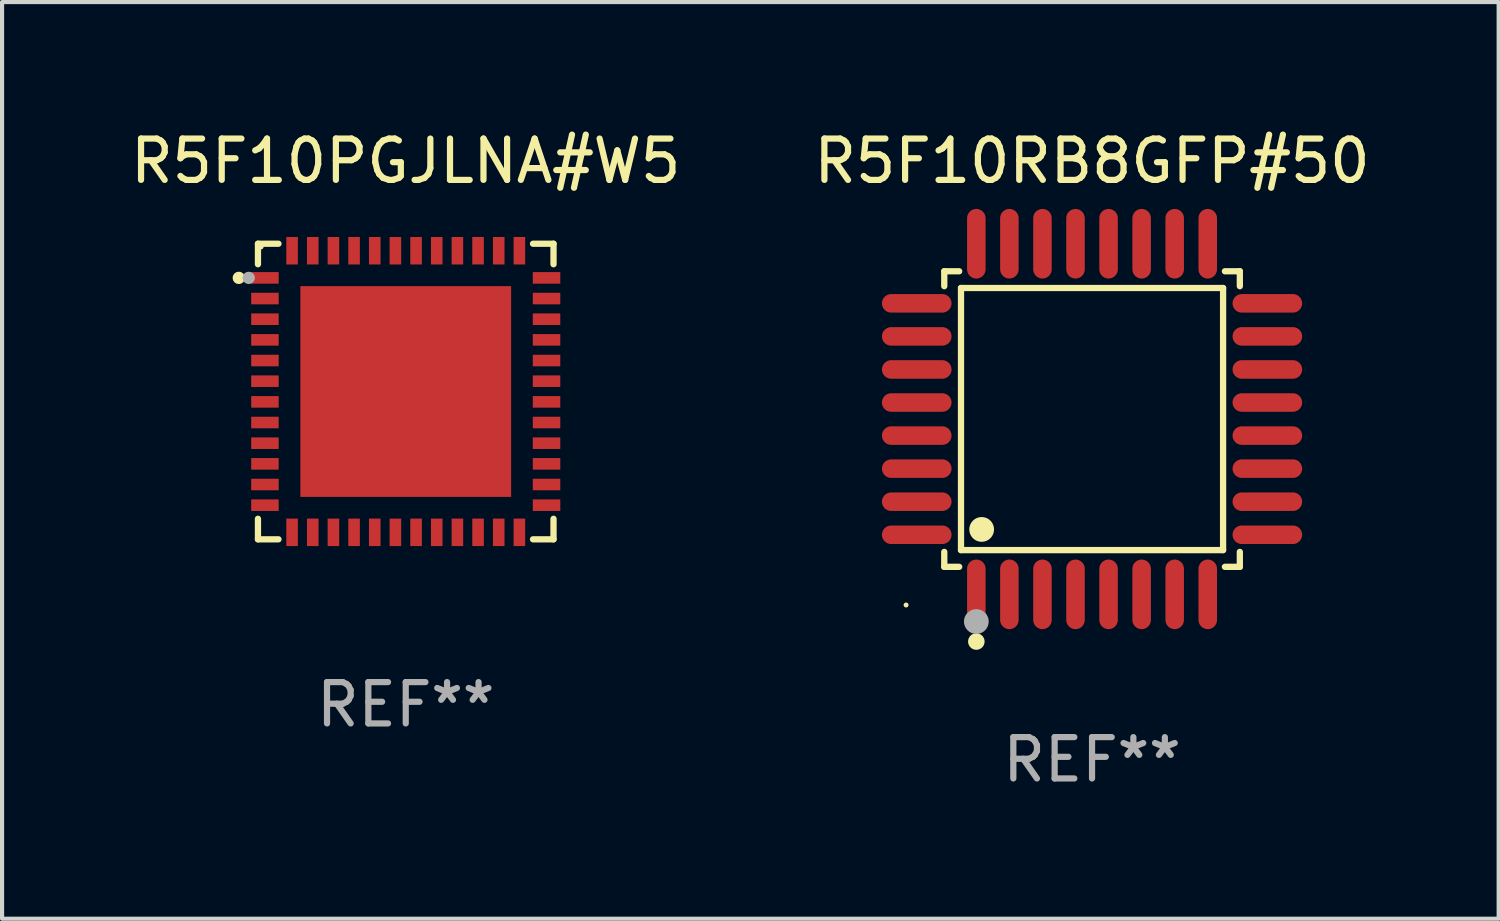
<source format=kicad_pcb>
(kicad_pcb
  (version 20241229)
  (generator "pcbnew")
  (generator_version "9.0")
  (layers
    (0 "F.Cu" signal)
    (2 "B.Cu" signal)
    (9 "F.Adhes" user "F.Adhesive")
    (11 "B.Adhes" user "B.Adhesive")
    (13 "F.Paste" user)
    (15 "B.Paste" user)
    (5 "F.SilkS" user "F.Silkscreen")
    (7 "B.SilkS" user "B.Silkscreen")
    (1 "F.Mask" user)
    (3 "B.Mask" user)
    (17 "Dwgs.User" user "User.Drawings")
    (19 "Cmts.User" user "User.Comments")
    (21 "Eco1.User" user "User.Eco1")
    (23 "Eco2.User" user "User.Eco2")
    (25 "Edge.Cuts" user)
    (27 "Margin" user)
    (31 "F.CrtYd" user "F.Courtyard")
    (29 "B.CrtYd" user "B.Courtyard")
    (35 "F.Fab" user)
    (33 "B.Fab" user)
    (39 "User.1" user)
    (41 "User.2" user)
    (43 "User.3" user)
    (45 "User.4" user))
  (footprint "R5F10PGJLNA#W5"
    (layer "F.Cu")
    (at 6.768 6.424)
    (property "Reference" "R5F10PGJLNA#W5" (at 0 -5.576 0) (layer "F.SilkS") (effects (font (size 1 1) (thickness 0.15))))
    (attr through_hole)
    (fp_line (start -3.576 -3.576) (end -3.576 -3.08) (stroke (width 0.152) (type solid)) (layer "F.SilkS"))
    (fp_line (start -3.576 3.576) (end -3.576 3.08) (stroke (width 0.152) (type solid)) (layer "F.SilkS"))
    (fp_line (start -3.08 -3.576) (end -3.576 -3.576) (stroke (width 0.152) (type solid)) (layer "F.SilkS"))
    (fp_line (start -3.08 3.576) (end -3.576 3.576) (stroke (width 0.152) (type solid)) (layer "F.SilkS"))
    (fp_line (start 3.08 -3.576) (end 3.576 -3.576) (stroke (width 0.152) (type solid)) (layer "F.SilkS"))
    (fp_line (start 3.08 3.576) (end 3.576 3.576) (stroke (width 0.152) (type solid)) (layer "F.SilkS"))
    (fp_line (start 3.576 -3.576) (end 3.576 -3.08) (stroke (width 0.152) (type solid)) (layer "F.SilkS"))
    (fp_line (start 3.576 3.576) (end 3.576 3.08) (stroke (width 0.152) (type solid)) (layer "F.SilkS"))
    (fp_circle (center -4.04 -2.75) (end -3.965 -2.75) (stroke (width 0.15) (type solid)) (fill no) (layer "F.SilkS"))
    (fp_circle (center -3.5 -3.5) (end -3.47 -3.5) (stroke (width 0.06) (type solid)) (fill no) (layer "F.SilkS"))
    (fp_circle (center -3.8 -2.75) (end -3.725 -2.75) (stroke (width 0.15) (type solid)) (fill no) (layer "F.Fab"))
    (fp_text user "REF**" (at 0 7.576 0) (layer "F.Fab") (effects (font (size 1 1) (thickness 0.15))))
    (pad "1" smd rect (at -3.407 -2.75) (size 0.665 0.28) (layers "F.Cu" "F.Mask" "F.Paste"))
    (pad "2" smd rect (at -3.407 -2.25) (size 0.665 0.28) (layers "F.Cu" "F.Mask" "F.Paste"))
    (pad "3" smd rect (at -3.407 -1.75) (size 0.665 0.28) (layers "F.Cu" "F.Mask" "F.Paste"))
    (pad "4" smd rect (at -3.407 -1.25) (size 0.665 0.28) (layers "F.Cu" "F.Mask" "F.Paste"))
    (pad "5" smd rect (at -3.407 -0.75) (size 0.665 0.28) (layers "F.Cu" "F.Mask" "F.Paste"))
    (pad "6" smd rect (at -3.407 -0.25) (size 0.665 0.28) (layers "F.Cu" "F.Mask" "F.Paste"))
    (pad "7" smd rect (at -3.407 0.25) (size 0.665 0.28) (layers "F.Cu" "F.Mask" "F.Paste"))
    (pad "8" smd rect (at -3.407 0.75) (size 0.665 0.28) (layers "F.Cu" "F.Mask" "F.Paste"))
    (pad "9" smd rect (at -3.407 1.25) (size 0.665 0.28) (layers "F.Cu" "F.Mask" "F.Paste"))
    (pad "10" smd rect (at -3.407 1.75) (size 0.665 0.28) (layers "F.Cu" "F.Mask" "F.Paste"))
    (pad "11" smd rect (at -3.407 2.25) (size 0.665 0.28) (layers "F.Cu" "F.Mask" "F.Paste"))
    (pad "12" smd rect (at -3.407 2.75) (size 0.665 0.28) (layers "F.Cu" "F.Mask" "F.Paste"))
    (pad "13" smd rect (at -2.75 3.407) (size 0.28 0.665) (layers "F.Cu" "F.Mask" "F.Paste"))
    (pad "14" smd rect (at -2.25 3.407) (size 0.28 0.665) (layers "F.Cu" "F.Mask" "F.Paste"))
    (pad "15" smd rect (at -1.75 3.407) (size 0.28 0.665) (layers "F.Cu" "F.Mask" "F.Paste"))
    (pad "16" smd rect (at -1.25 3.407) (size 0.28 0.665) (layers "F.Cu" "F.Mask" "F.Paste"))
    (pad "17" smd rect (at -0.75 3.407) (size 0.28 0.665) (layers "F.Cu" "F.Mask" "F.Paste"))
    (pad "18" smd rect (at -0.25 3.407) (size 0.28 0.665) (layers "F.Cu" "F.Mask" "F.Paste"))
    (pad "19" smd rect (at 0.25 3.407) (size 0.28 0.665) (layers "F.Cu" "F.Mask" "F.Paste"))
    (pad "20" smd rect (at 0.75 3.407) (size 0.28 0.665) (layers "F.Cu" "F.Mask" "F.Paste"))
    (pad "21" smd rect (at 1.25 3.407) (size 0.28 0.665) (layers "F.Cu" "F.Mask" "F.Paste"))
    (pad "22" smd rect (at 1.75 3.407) (size 0.28 0.665) (layers "F.Cu" "F.Mask" "F.Paste"))
    (pad "23" smd rect (at 2.25 3.407) (size 0.28 0.665) (layers "F.Cu" "F.Mask" "F.Paste"))
    (pad "24" smd rect (at 2.75 3.407) (size 0.28 0.665) (layers "F.Cu" "F.Mask" "F.Paste"))
    (pad "25" smd rect (at 3.407 2.75) (size 0.665 0.28) (layers "F.Cu" "F.Mask" "F.Paste"))
    (pad "26" smd rect (at 3.407 2.25) (size 0.665 0.28) (layers "F.Cu" "F.Mask" "F.Paste"))
    (pad "27" smd rect (at 3.407 1.75) (size 0.665 0.28) (layers "F.Cu" "F.Mask" "F.Paste"))
    (pad "28" smd rect (at 3.407 1.25) (size 0.665 0.28) (layers "F.Cu" "F.Mask" "F.Paste"))
    (pad "29" smd rect (at 3.407 0.75) (size 0.665 0.28) (layers "F.Cu" "F.Mask" "F.Paste"))
    (pad "30" smd rect (at 3.407 0.25) (size 0.665 0.28) (layers "F.Cu" "F.Mask" "F.Paste"))
    (pad "31" smd rect (at 3.407 -0.25) (size 0.665 0.28) (layers "F.Cu" "F.Mask" "F.Paste"))
    (pad "32" smd rect (at 3.407 -0.75) (size 0.665 0.28) (layers "F.Cu" "F.Mask" "F.Paste"))
    (pad "33" smd rect (at 3.407 -1.25) (size 0.665 0.28) (layers "F.Cu" "F.Mask" "F.Paste"))
    (pad "34" smd rect (at 3.407 -1.75) (size 0.665 0.28) (layers "F.Cu" "F.Mask" "F.Paste"))
    (pad "35" smd rect (at 3.407 -2.25) (size 0.665 0.28) (layers "F.Cu" "F.Mask" "F.Paste"))
    (pad "36" smd rect (at 3.407 -2.75) (size 0.665 0.28) (layers "F.Cu" "F.Mask" "F.Paste"))
    (pad "37" smd rect (at 2.75 -3.407) (size 0.28 0.665) (layers "F.Cu" "F.Mask" "F.Paste"))
    (pad "38" smd rect (at 2.25 -3.407) (size 0.28 0.665) (layers "F.Cu" "F.Mask" "F.Paste"))
    (pad "39" smd rect (at 1.75 -3.407) (size 0.28 0.665) (layers "F.Cu" "F.Mask" "F.Paste"))
    (pad "40" smd rect (at 1.25 -3.407) (size 0.28 0.665) (layers "F.Cu" "F.Mask" "F.Paste"))
    (pad "41" smd rect (at 0.75 -3.407) (size 0.28 0.665) (layers "F.Cu" "F.Mask" "F.Paste"))
    (pad "42" smd rect (at 0.25 -3.407) (size 0.28 0.665) (layers "F.Cu" "F.Mask" "F.Paste"))
    (pad "43" smd rect (at -0.25 -3.407) (size 0.28 0.665) (layers "F.Cu" "F.Mask" "F.Paste"))
    (pad "44" smd rect (at -0.75 -3.407) (size 0.28 0.665) (layers "F.Cu" "F.Mask" "F.Paste"))
    (pad "45" smd rect (at -1.25 -3.407) (size 0.28 0.665) (layers "F.Cu" "F.Mask" "F.Paste"))
    (pad "46" smd rect (at -1.75 -3.407) (size 0.28 0.665) (layers "F.Cu" "F.Mask" "F.Paste"))
    (pad "47" smd rect (at -2.25 -3.407) (size 0.28 0.665) (layers "F.Cu" "F.Mask" "F.Paste"))
    (pad "48" smd rect (at -2.75 -3.407) (size 0.28 0.665) (layers "F.Cu" "F.Mask" "F.Paste"))
    (pad "49" smd rect (at 0 0) (size 5.1 5.1) (layers "F.Cu" "F.Mask" "F.Paste")))
  (footprint "R5F10RB8GFP#50"
    (layer "F.Cu")
    (at 23.375 7.09)
    (property "Reference" "R5F10RB8GFP#50" (at 0 -6.242 0) (layer "F.SilkS") (effects (font (size 1 1) (thickness 0.15))))
    (attr through_hole)
    (fp_line (start -3.576 -3.576) (end -3.215 -3.576) (stroke (width 0.152) (type solid)) (layer "F.SilkS"))
    (fp_line (start -3.576 -3.215) (end -3.576 -3.576) (stroke (width 0.152) (type solid)) (layer "F.SilkS"))
    (fp_line (start -3.576 3.215) (end -3.576 3.576) (stroke (width 0.152) (type solid)) (layer "F.SilkS"))
    (fp_line (start -3.576 3.576) (end -3.215 3.576) (stroke (width 0.152) (type solid)) (layer "F.SilkS"))
    (fp_line (start -3.171 -3.171) (end 3.171 -3.171) (stroke (width 0.152) (type solid)) (layer "F.SilkS"))
    (fp_line (start -3.171 3.171) (end -3.171 -3.171) (stroke (width 0.152) (type solid)) (layer "F.SilkS"))
    (fp_line (start 3.171 -3.171) (end 3.171 3.171) (stroke (width 0.152) (type solid)) (layer "F.SilkS"))
    (fp_line (start 3.171 3.171) (end -3.171 3.171) (stroke (width 0.152) (type solid)) (layer "F.SilkS"))
    (fp_line (start 3.576 -3.576) (end 3.215 -3.576) (stroke (width 0.152) (type solid)) (layer "F.SilkS"))
    (fp_line (start 3.576 -3.215) (end 3.576 -3.576) (stroke (width 0.152) (type solid)) (layer "F.SilkS"))
    (fp_line (start 3.576 3.215) (end 3.576 3.576) (stroke (width 0.152) (type solid)) (layer "F.SilkS"))
    (fp_line (start 3.576 3.576) (end 3.215 3.576) (stroke (width 0.152) (type solid)) (layer "F.SilkS"))
    (fp_circle (center -4.5 4.5) (end -4.47 4.5) (stroke (width 0.06) (type solid)) (fill no) (layer "F.SilkS"))
    (fp_circle (center -2.8 5.384) (end -2.7 5.384) (stroke (width 0.2) (type solid)) (fill no) (layer "F.SilkS"))
    (fp_circle (center -2.671 2.671) (end -2.521 2.671) (stroke (width 0.3) (type solid)) (fill no) (layer "F.SilkS"))
    (fp_circle (center -2.8 4.9) (end -2.65 4.9) (stroke (width 0.3) (type solid)) (fill no) (layer "F.Fab"))
    (fp_text user "REF**" (at 0 8.242 0) (layer "F.Fab") (effects (font (size 1 1) (thickness 0.15))))
    (pad "1" smd oval (at -2.8 4.242) (size 0.448 1.684) (layers "F.Cu" "F.Mask" "F.Paste"))
    (pad "2" smd oval (at -2 4.242) (size 0.448 1.684) (layers "F.Cu" "F.Mask" "F.Paste"))
    (pad "3" smd oval (at -1.2 4.242) (size 0.448 1.684) (layers "F.Cu" "F.Mask" "F.Paste"))
    (pad "4" smd oval (at -0.4 4.242) (size 0.448 1.684) (layers "F.Cu" "F.Mask" "F.Paste"))
    (pad "5" smd oval (at 0.4 4.242) (size 0.448 1.684) (layers "F.Cu" "F.Mask" "F.Paste"))
    (pad "6" smd oval (at 1.2 4.242) (size 0.448 1.684) (layers "F.Cu" "F.Mask" "F.Paste"))
    (pad "7" smd oval (at 2 4.242) (size 0.448 1.684) (layers "F.Cu" "F.Mask" "F.Paste"))
    (pad "8" smd oval (at 2.8 4.242) (size 0.448 1.684) (layers "F.Cu" "F.Mask" "F.Paste"))
    (pad "9" smd oval (at 4.242 2.8) (size 1.684 0.448) (layers "F.Cu" "F.Mask" "F.Paste"))
    (pad "10" smd oval (at 4.242 2) (size 1.684 0.448) (layers "F.Cu" "F.Mask" "F.Paste"))
    (pad "11" smd oval (at 4.242 1.2) (size 1.684 0.448) (layers "F.Cu" "F.Mask" "F.Paste"))
    (pad "12" smd oval (at 4.242 0.4) (size 1.684 0.448) (layers "F.Cu" "F.Mask" "F.Paste"))
    (pad "13" smd oval (at 4.242 -0.4) (size 1.684 0.448) (layers "F.Cu" "F.Mask" "F.Paste"))
    (pad "14" smd oval (at 4.242 -1.2) (size 1.684 0.448) (layers "F.Cu" "F.Mask" "F.Paste"))
    (pad "15" smd oval (at 4.242 -2) (size 1.684 0.448) (layers "F.Cu" "F.Mask" "F.Paste"))
    (pad "16" smd oval (at 4.242 -2.8) (size 1.684 0.448) (layers "F.Cu" "F.Mask" "F.Paste"))
    (pad "17" smd oval (at 2.8 -4.242) (size 0.448 1.684) (layers "F.Cu" "F.Mask" "F.Paste"))
    (pad "18" smd oval (at 2 -4.242) (size 0.448 1.684) (layers "F.Cu" "F.Mask" "F.Paste"))
    (pad "19" smd oval (at 1.2 -4.242) (size 0.448 1.684) (layers "F.Cu" "F.Mask" "F.Paste"))
    (pad "20" smd oval (at 0.4 -4.242) (size 0.448 1.684) (layers "F.Cu" "F.Mask" "F.Paste"))
    (pad "21" smd oval (at -0.4 -4.242) (size 0.448 1.684) (layers "F.Cu" "F.Mask" "F.Paste"))
    (pad "22" smd oval (at -1.2 -4.242) (size 0.448 1.684) (layers "F.Cu" "F.Mask" "F.Paste"))
    (pad "23" smd oval (at -2 -4.242) (size 0.448 1.684) (layers "F.Cu" "F.Mask" "F.Paste"))
    (pad "24" smd oval (at -2.8 -4.242) (size 0.448 1.684) (layers "F.Cu" "F.Mask" "F.Paste"))
    (pad "25" smd oval (at -4.242 -2.8) (size 1.684 0.448) (layers "F.Cu" "F.Mask" "F.Paste"))
    (pad "26" smd oval (at -4.242 -2) (size 1.684 0.448) (layers "F.Cu" "F.Mask" "F.Paste"))
    (pad "27" smd oval (at -4.242 -1.2) (size 1.684 0.448) (layers "F.Cu" "F.Mask" "F.Paste"))
    (pad "28" smd oval (at -4.242 -0.4) (size 1.684 0.448) (layers "F.Cu" "F.Mask" "F.Paste"))
    (pad "29" smd oval (at -4.242 0.4) (size 1.684 0.448) (layers "F.Cu" "F.Mask" "F.Paste"))
    (pad "30" smd oval (at -4.242 1.2) (size 1.684 0.448) (layers "F.Cu" "F.Mask" "F.Paste"))
    (pad "31" smd oval (at -4.242 2) (size 1.684 0.448) (layers "F.Cu" "F.Mask" "F.Paste"))
    (pad "32" smd oval (at -4.242 2.8) (size 1.684 0.448) (layers "F.Cu" "F.Mask" "F.Paste")))
  (gr_rect
    (start -3 -3)
    (end 33.214 19.181)
    (stroke (width 0.1) (type default))
    (fill no)
    (layer "Edge.Cuts")))
</source>
